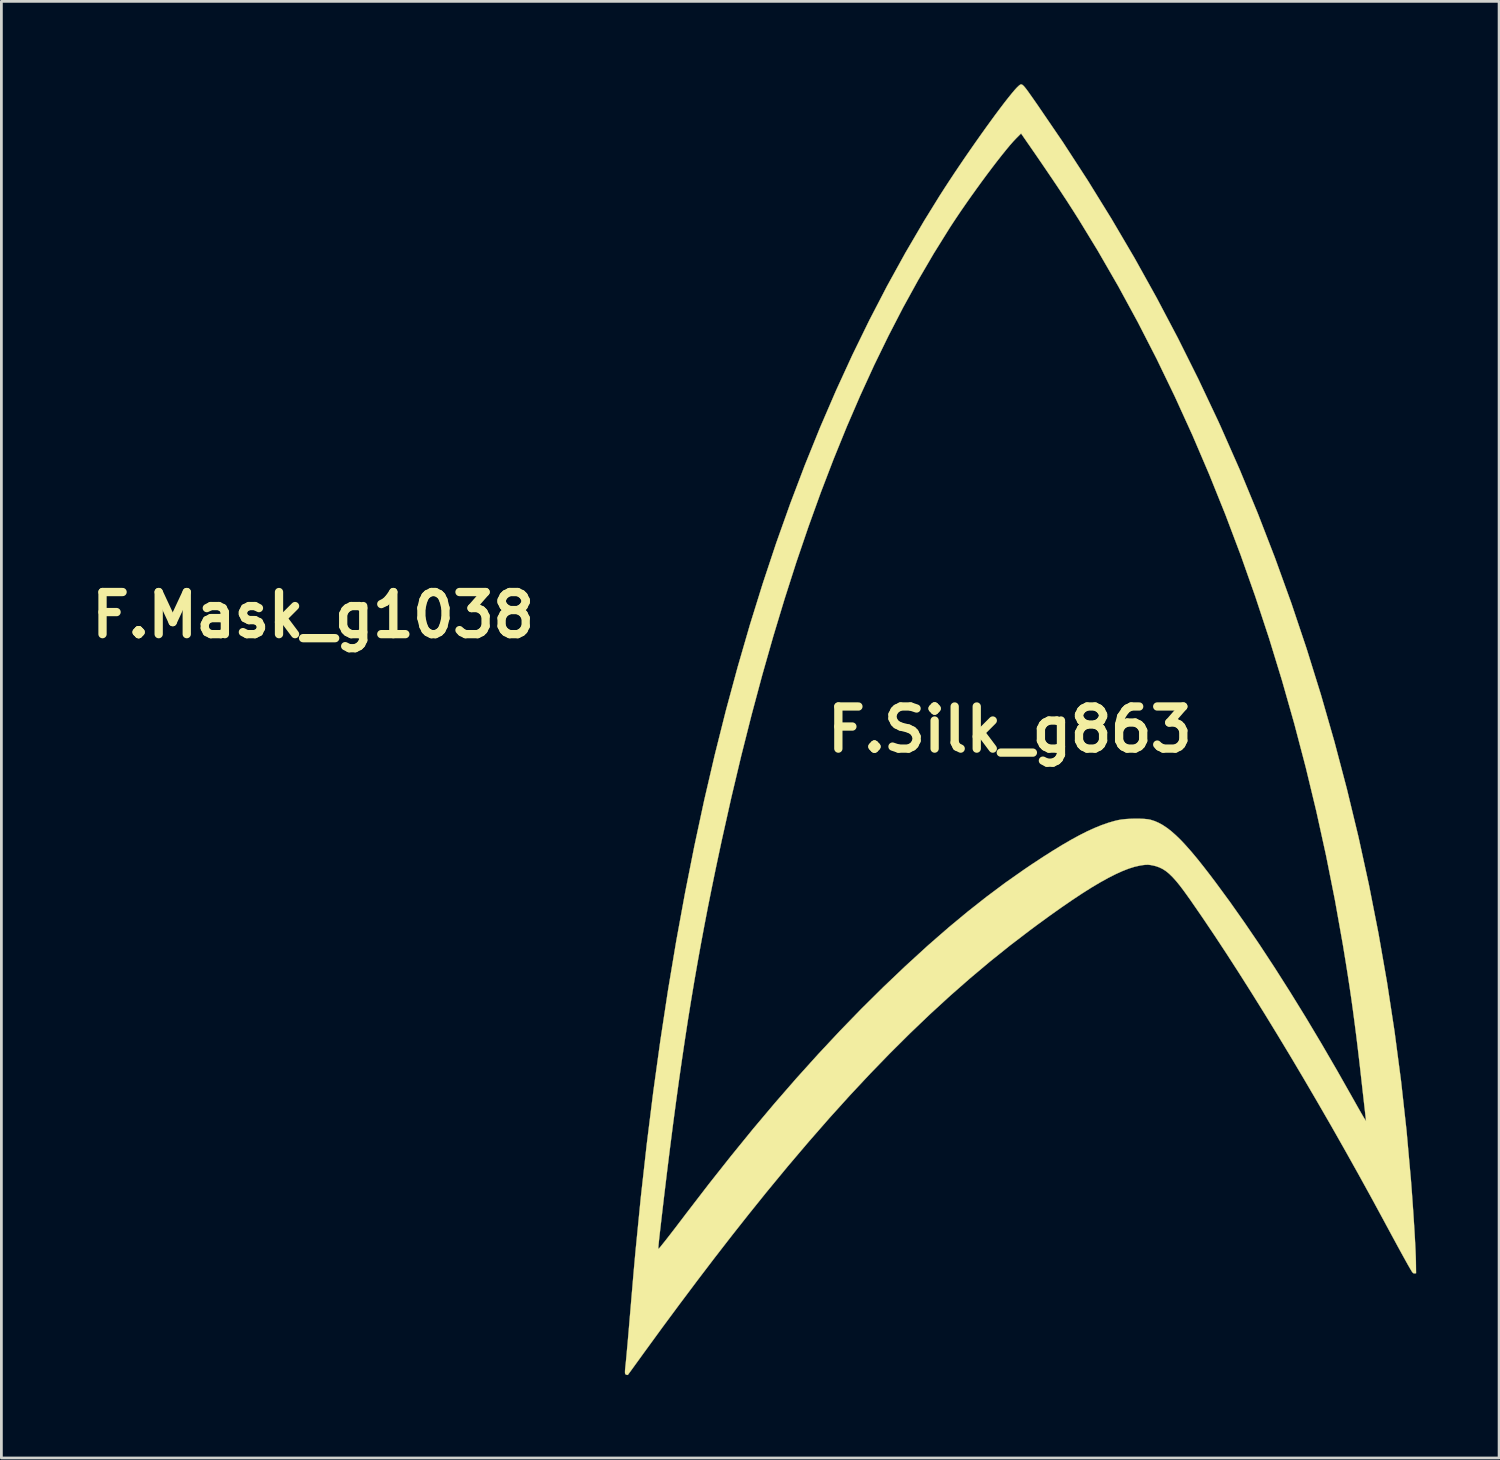
<source format=kicad_pcb>
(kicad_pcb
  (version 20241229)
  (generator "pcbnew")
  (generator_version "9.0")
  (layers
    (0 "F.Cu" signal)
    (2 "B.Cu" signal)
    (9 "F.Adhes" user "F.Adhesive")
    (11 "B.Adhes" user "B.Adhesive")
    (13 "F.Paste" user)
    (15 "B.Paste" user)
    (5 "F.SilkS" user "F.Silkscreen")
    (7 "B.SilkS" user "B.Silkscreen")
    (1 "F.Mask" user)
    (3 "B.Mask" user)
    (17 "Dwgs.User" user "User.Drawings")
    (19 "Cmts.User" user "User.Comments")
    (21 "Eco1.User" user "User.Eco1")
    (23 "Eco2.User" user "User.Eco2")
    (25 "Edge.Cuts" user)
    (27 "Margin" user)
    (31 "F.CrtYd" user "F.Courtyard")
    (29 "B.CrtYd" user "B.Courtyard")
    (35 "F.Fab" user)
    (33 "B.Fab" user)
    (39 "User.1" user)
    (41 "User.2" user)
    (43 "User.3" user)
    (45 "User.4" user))
  (footprint "F.Silk_g863"
    (layer "F.Cu")
    (at 33.492 23.35)
    (property "Reference" "F.Silk_g863" (at 0 0 0) (layer "F.SilkS") (effects (font (size 1.524 1.524) (thickness 0.3))))
    (attr through_hole)
    (fp_poly (pts (xy 0.429 -23.343) (xy 0.46 -23.327) (xy 0.498 -23.293) (xy 0.545 -23.24) (xy 0.604 -23.165) (xy 0.677 -23.065) (xy 0.768 -22.937) (xy 0.878 -22.78) (xy 0.985 -22.627) (xy 1.921 -21.255) (xy 2.819 -19.872) (xy 3.682 -18.476) (xy 4.513 -17.062) (xy 5.311 -15.627) (xy 6.081 -14.167) (xy 6.823 -12.679) (xy 7.541 -11.16) (xy 7.63 -10.964) (xy 8.318 -9.406) (xy 8.973 -7.822) (xy 9.595 -6.213) (xy 10.184 -4.582) (xy 10.739 -2.928) (xy 11.26 -1.254) (xy 11.746 0.439) (xy 12.197 2.15) (xy 12.614 3.877) (xy 12.995 5.62) (xy 13.34 7.376) (xy 13.649 9.144) (xy 13.921 10.923) (xy 14.156 12.712) (xy 14.355 14.509) (xy 14.516 16.314) (xy 14.53 16.499) (xy 14.555 16.832) (xy 14.578 17.162) (xy 14.601 17.486) (xy 14.621 17.799) (xy 14.64 18.097) (xy 14.656 18.376) (xy 14.67 18.632) (xy 14.681 18.86) (xy 14.689 19.056) (xy 14.694 19.216) (xy 14.695 19.272) (xy 14.7 19.674) (xy 14.647 19.68) (xy 14.609 19.676) (xy 14.575 19.649) (xy 14.538 19.596) (xy 14.489 19.513) (xy 14.42 19.394) (xy 14.332 19.237) (xy 14.226 19.045) (xy 14.101 18.818) (xy 13.958 18.555) (xy 13.797 18.258) (xy 13.618 17.927) (xy 13.568 17.833) (xy 13.095 16.961) (xy 12.616 16.092) (xy 12.132 15.227) (xy 11.646 14.37) (xy 11.158 13.524) (xy 10.67 12.69) (xy 10.185 11.872) (xy 9.702 11.072) (xy 9.225 10.292) (xy 8.754 9.536) (xy 8.291 8.805) (xy 7.838 8.103) (xy 7.396 7.432) (xy 6.966 6.794) (xy 6.551 6.192) (xy 6.491 6.107) (xy 6.318 5.866) (xy 6.163 5.659) (xy 6.021 5.485) (xy 5.89 5.339) (xy 5.767 5.219) (xy 5.649 5.123) (xy 5.532 5.047) (xy 5.413 4.989) (xy 5.29 4.945) (xy 5.189 4.92) (xy 5.089 4.901) (xy 5.002 4.892) (xy 4.914 4.894) (xy 4.812 4.905) (xy 4.707 4.922) (xy 4.515 4.965) (xy 4.305 5.031) (xy 4.077 5.12) (xy 3.828 5.233) (xy 3.558 5.37) (xy 3.266 5.532) (xy 2.95 5.72) (xy 2.61 5.935) (xy 2.245 6.177) (xy 1.854 6.446) (xy 1.435 6.743) (xy 0.988 7.069) (xy 0.73 7.261) (xy 0.002 7.817) (xy -0.722 8.398) (xy -1.444 9.005) (xy -2.165 9.638) (xy -2.886 10.299) (xy -3.608 10.989) (xy -4.333 11.71) (xy -5.062 12.462) (xy -5.796 13.247) (xy -6.537 14.067) (xy -7.285 14.923) (xy -8.043 15.815) (xy -8.81 16.745) (xy -9.464 17.558) (xy -10.063 18.317) (xy -10.678 19.11) (xy -11.305 19.933) (xy -11.942 20.782) (xy -12.586 21.652) (xy -13.232 22.539) (xy -13.334 22.68) (xy -13.44 22.827) (xy -13.539 22.963) (xy -13.627 23.085) (xy -13.702 23.188) (xy -13.761 23.269) (xy -13.801 23.324) (xy -13.819 23.349) (xy -13.82 23.35) (xy -13.847 23.354) (xy -13.88 23.345) (xy -13.901 23.335) (xy -13.915 23.319) (xy -13.924 23.292) (xy -13.926 23.247) (xy -13.923 23.178) (xy -13.914 23.08) (xy -13.9 22.947) (xy -13.897 22.92) (xy -13.89 22.852) (xy -13.88 22.745) (xy -13.867 22.605) (xy -13.852 22.435) (xy -13.834 22.24) (xy -13.815 22.023) (xy -13.795 21.789) (xy -13.774 21.542) (xy -13.753 21.286) (xy -13.737 21.103) (xy -13.714 20.83) (xy -13.691 20.551) (xy -13.667 20.273) (xy -13.644 20.001) (xy -13.622 19.741) (xy -13.601 19.499) (xy -13.581 19.28) (xy -13.564 19.089) (xy -13.55 18.933) (xy -13.545 18.881) (xy -13.534 18.766) (xy -12.719 18.766) (xy -12.718 18.787) (xy -12.714 18.795) (xy -12.712 18.796) (xy -12.697 18.78) (xy -12.66 18.737) (xy -12.605 18.67) (xy -12.538 18.586) (xy -12.473 18.505) (xy -12.408 18.422) (xy -12.321 18.311) (xy -12.219 18.178) (xy -12.103 18.028) (xy -11.98 17.866) (xy -11.853 17.7) (xy -11.727 17.533) (xy -11.705 17.505) (xy -10.895 16.451) (xy -10.093 15.437) (xy -9.298 14.46) (xy -8.507 13.521) (xy -7.72 12.617) (xy -6.934 11.746) (xy -6.15 10.907) (xy -5.365 10.098) (xy -4.577 9.319) (xy -3.786 8.566) (xy -2.991 7.839) (xy -2.91 7.767) (xy -2.213 7.16) (xy -1.525 6.589) (xy -0.844 6.052) (xy -0.164 5.544) (xy 0.519 5.064) (xy 0.804 4.871) (xy 1.204 4.608) (xy 1.574 4.373) (xy 1.918 4.163) (xy 2.238 3.978) (xy 2.536 3.816) (xy 2.816 3.675) (xy 3.08 3.556) (xy 3.329 3.455) (xy 3.568 3.372) (xy 3.797 3.306) (xy 3.92 3.277) (xy 4.045 3.255) (xy 4.196 3.239) (xy 4.363 3.229) (xy 4.536 3.224) (xy 4.705 3.226) (xy 4.862 3.233) (xy 4.997 3.246) (xy 5.099 3.266) (xy 5.101 3.267) (xy 5.247 3.314) (xy 5.392 3.378) (xy 5.54 3.46) (xy 5.691 3.561) (xy 5.848 3.683) (xy 6.012 3.828) (xy 6.186 3.997) (xy 6.37 4.194) (xy 6.568 4.418) (xy 6.78 4.672) (xy 7.008 4.958) (xy 7.255 5.277) (xy 7.45 5.535) (xy 7.974 6.249) (xy 8.505 7.003) (xy 9.045 7.797) (xy 9.592 8.631) (xy 10.146 9.503) (xy 10.707 10.412) (xy 11.273 11.359) (xy 11.845 12.343) (xy 12.419 13.356) (xy 12.504 13.507) (xy 12.585 13.651) (xy 12.66 13.783) (xy 12.725 13.896) (xy 12.777 13.986) (xy 12.814 14.047) (xy 12.825 14.065) (xy 12.893 14.171) (xy 12.881 14.076) (xy 12.877 14.038) (xy 12.868 13.963) (xy 12.856 13.853) (xy 12.84 13.712) (xy 12.821 13.545) (xy 12.8 13.356) (xy 12.776 13.147) (xy 12.751 12.924) (xy 12.725 12.69) (xy 12.72 12.648) (xy 12.658 12.095) (xy 12.597 11.578) (xy 12.538 11.091) (xy 12.478 10.626) (xy 12.419 10.178) (xy 12.358 9.739) (xy 12.294 9.304) (xy 12.227 8.866) (xy 12.156 8.419) (xy 12.08 7.955) (xy 12.055 7.8) (xy 11.765 6.171) (xy 11.443 4.554) (xy 11.09 2.95) (xy 10.707 1.361) (xy 10.294 -0.212) (xy 9.852 -1.768) (xy 9.381 -3.305) (xy 8.881 -4.821) (xy 8.353 -6.316) (xy 7.798 -7.787) (xy 7.215 -9.234) (xy 6.607 -10.655) (xy 5.972 -12.049) (xy 5.313 -13.414) (xy 4.628 -14.749) (xy 3.919 -16.052) (xy 3.186 -17.323) (xy 2.509 -18.433) (xy 2.362 -18.666) (xy 2.214 -18.898) (xy 2.064 -19.131) (xy 1.907 -19.369) (xy 1.743 -19.618) (xy 1.567 -19.88) (xy 1.378 -20.159) (xy 1.173 -20.46) (xy 0.949 -20.787) (xy 0.703 -21.143) (xy 0.638 -21.236) (xy 0.407 -21.571) (xy 0.235 -21.399) (xy 0.13 -21.288) (xy 0.005 -21.146) (xy -0.137 -20.975) (xy -0.295 -20.779) (xy -0.466 -20.561) (xy -0.646 -20.326) (xy -0.834 -20.076) (xy -1.026 -19.816) (xy -1.22 -19.548) (xy -1.414 -19.277) (xy -1.604 -19.006) (xy -1.789 -18.738) (xy -1.965 -18.476) (xy -2.13 -18.226) (xy -2.186 -18.139) (xy -2.759 -17.218) (xy -3.318 -16.262) (xy -3.863 -15.272) (xy -4.393 -14.246) (xy -4.91 -13.185) (xy -5.413 -12.087) (xy -5.903 -10.953) (xy -6.379 -9.783) (xy -6.842 -8.575) (xy -7.291 -7.33) (xy -7.728 -6.048) (xy -8.151 -4.727) (xy -8.562 -3.368) (xy -8.96 -1.971) (xy -9.345 -0.534) (xy -9.718 0.942) (xy -10.078 2.457) (xy -10.426 4.013) (xy -10.647 5.051) (xy -10.788 5.738) (xy -10.924 6.416) (xy -11.054 7.091) (xy -11.18 7.765) (xy -11.302 8.442) (xy -11.421 9.123) (xy -11.536 9.813) (xy -11.649 10.514) (xy -11.759 11.23) (xy -11.868 11.964) (xy -11.976 12.719) (xy -12.083 13.497) (xy -12.19 14.302) (xy -12.297 15.138) (xy -12.405 16.007) (xy -12.514 16.912) (xy -12.615 17.776) (xy -12.642 18.011) (xy -12.665 18.208) (xy -12.683 18.37) (xy -12.697 18.5) (xy -12.707 18.601) (xy -12.714 18.677) (xy -12.718 18.731) (xy -12.719 18.766) (xy -13.534 18.766) (xy -13.352 16.92) (xy -13.137 14.996) (xy -12.902 13.109) (xy -12.646 11.258) (xy -12.37 9.443) (xy -12.073 7.665) (xy -11.754 5.922) (xy -11.415 4.215) (xy -11.056 2.544) (xy -10.675 0.907) (xy -10.273 -0.694) (xy -9.849 -2.26) (xy -9.405 -3.791) (xy -8.939 -5.288) (xy -8.453 -6.751) (xy -7.944 -8.18) (xy -7.415 -9.574) (xy -6.864 -10.935) (xy -6.291 -12.262) (xy -5.697 -13.556) (xy -5.081 -14.817) (xy -4.444 -16.045) (xy -3.785 -17.24) (xy -3.104 -18.403) (xy -2.54 -19.315) (xy -2.373 -19.575) (xy -2.197 -19.845) (xy -2.014 -20.122) (xy -1.825 -20.403) (xy -1.633 -20.686) (xy -1.439 -20.967) (xy -1.245 -21.245) (xy -1.053 -21.517) (xy -0.866 -21.779) (xy -0.684 -22.03) (xy -0.511 -22.267) (xy -0.347 -22.486) (xy -0.195 -22.686) (xy -0.056 -22.863) (xy 0.067 -23.015) (xy 0.172 -23.14) (xy 0.258 -23.234) (xy 0.319 -23.292) (xy 0.349 -23.317) (xy 0.376 -23.336) (xy 0.401 -23.345) (xy 0.429 -23.343)) (stroke (width 0.01) (type solid)) (fill yes) (layer "F.SilkS")))
  (footprint "F.Mask_g1038"
    (layer "F.Cu")
    (at 8.28 19.208)
    (property "Reference" "F.Mask_g1038" (at 0 0 0) (layer "F.SilkS") (effects (font (size 1.524 1.524) (thickness 0.3))))
    (attr through_hole)
    (fp_poly (pts (xy 0.317 -19.187) (xy 0.326 -19.131) (xy 0.338 -19.034) (xy 0.355 -18.899) (xy 0.376 -18.727) (xy 0.401 -18.519) (xy 0.43 -18.276) (xy 0.462 -18) (xy 0.499 -17.692) (xy 0.538 -17.352) (xy 0.581 -16.982) (xy 0.627 -16.584) (xy 0.676 -16.159) (xy 0.728 -15.707) (xy 0.783 -15.23) (xy 0.841 -14.73) (xy 0.9 -14.206) (xy 0.962 -13.662) (xy 1.027 -13.098) (xy 1.093 -12.514) (xy 1.152 -11.996) (xy 1.214 -11.446) (xy 1.275 -10.906) (xy 1.335 -10.379) (xy 1.394 -9.866) (xy 1.45 -9.368) (xy 1.505 -8.887) (xy 1.557 -8.424) (xy 1.608 -7.982) (xy 1.656 -7.561) (xy 1.701 -7.162) (xy 1.744 -6.789) (xy 1.783 -6.441) (xy 1.82 -6.12) (xy 1.853 -5.829) (xy 1.883 -5.568) (xy 1.91 -5.34) (xy 1.932 -5.145) (xy 1.95 -4.985) (xy 1.965 -4.861) (xy 1.975 -4.776) (xy 1.98 -4.731) (xy 1.982 -4.723) (xy 1.988 -4.721) (xy 2.006 -4.716) (xy 2.037 -4.707) (xy 2.083 -4.696) (xy 2.146 -4.68) (xy 2.227 -4.66) (xy 2.328 -4.635) (xy 2.449 -4.606) (xy 2.594 -4.571) (xy 2.763 -4.53) (xy 2.959 -4.483) (xy 3.182 -4.429) (xy 3.434 -4.368) (xy 3.717 -4.3) (xy 4.032 -4.224) (xy 4.381 -4.14) (xy 4.766 -4.048) (xy 5.188 -3.947) (xy 5.649 -3.836) (xy 5.91 -3.773) (xy 6.127 -3.721) (xy 6.319 -3.673) (xy 6.485 -3.631) (xy 6.621 -3.596) (xy 6.725 -3.567) (xy 6.794 -3.546) (xy 6.826 -3.533) (xy 6.827 -3.53) (xy 6.803 -3.521) (xy 6.742 -3.5) (xy 6.646 -3.467) (xy 6.518 -3.423) (xy 6.361 -3.37) (xy 6.177 -3.308) (xy 5.97 -3.238) (xy 5.741 -3.161) (xy 5.494 -3.078) (xy 5.232 -2.99) (xy 4.957 -2.897) (xy 4.769 -2.835) (xy 4.483 -2.739) (xy 4.205 -2.646) (xy 3.939 -2.557) (xy 3.687 -2.472) (xy 3.453 -2.394) (xy 3.239 -2.322) (xy 3.049 -2.259) (xy 2.885 -2.204) (xy 2.75 -2.159) (xy 2.648 -2.125) (xy 2.582 -2.102) (xy 2.561 -2.095) (xy 2.472 -2.064) (xy 2.418 -2.039) (xy 2.391 -2.017) (xy 2.386 -1.996) (xy 2.39 -1.97) (xy 2.399 -1.905) (xy 2.413 -1.804) (xy 2.431 -1.671) (xy 2.454 -1.509) (xy 2.48 -1.321) (xy 2.509 -1.111) (xy 2.541 -0.882) (xy 2.575 -0.636) (xy 2.611 -0.377) (xy 2.625 -0.278) (xy 2.662 -0.016) (xy 2.696 0.233) (xy 2.728 0.467) (xy 2.757 0.682) (xy 2.784 0.875) (xy 2.806 1.044) (xy 2.825 1.184) (xy 2.839 1.294) (xy 2.848 1.369) (xy 2.852 1.406) (xy 2.852 1.41) (xy 2.837 1.395) (xy 2.798 1.35) (xy 2.735 1.277) (xy 2.65 1.178) (xy 2.546 1.055) (xy 2.424 0.911) (xy 2.286 0.747) (xy 2.134 0.566) (xy 1.97 0.371) (xy 1.795 0.163) (xy 1.612 -0.056) (xy 1.535 -0.148) (xy 1.349 -0.37) (xy 1.171 -0.583) (xy 1.002 -0.784) (xy 0.844 -0.971) (xy 0.699 -1.141) (xy 0.569 -1.294) (xy 0.457 -1.425) (xy 0.363 -1.534) (xy 0.29 -1.617) (xy 0.239 -1.674) (xy 0.213 -1.701) (xy 0.21 -1.703) (xy 0.195 -1.685) (xy 0.155 -1.636) (xy 0.094 -1.559) (xy 0.011 -1.455) (xy -0.089 -1.327) (xy -0.207 -1.178) (xy -0.34 -1.009) (xy -0.485 -0.823) (xy -0.642 -0.623) (xy -0.808 -0.411) (xy -0.982 -0.189) (xy -1.002 -0.164) (xy -1.177 0.06) (xy -1.345 0.276) (xy -1.504 0.48) (xy -1.653 0.67) (xy -1.79 0.845) (xy -1.912 1) (xy -2.017 1.135) (xy -2.104 1.247) (xy -2.171 1.332) (xy -2.216 1.389) (xy -2.237 1.416) (xy -2.238 1.417) (xy -2.28 1.468) (xy -2.272 1.406) (xy -2.26 1.309) (xy -2.244 1.182) (xy -2.226 1.028) (xy -2.206 0.851) (xy -2.184 0.655) (xy -2.16 0.443) (xy -2.135 0.22) (xy -2.11 -0.012) (xy -2.084 -0.247) (xy -2.059 -0.483) (xy -2.034 -0.716) (xy -2.01 -0.941) (xy -1.987 -1.155) (xy -1.966 -1.355) (xy -1.947 -1.536) (xy -1.931 -1.695) (xy -1.918 -1.828) (xy -1.908 -1.932) (xy -1.902 -2.001) (xy -1.9 -2.034) (xy -1.9 -2.036) (xy -1.922 -2.044) (xy -1.981 -2.066) (xy -2.075 -2.099) (xy -2.202 -2.143) (xy -2.358 -2.197) (xy -2.541 -2.26) (xy -2.748 -2.332) (xy -2.977 -2.41) (xy -3.226 -2.495) (xy -3.491 -2.586) (xy -3.77 -2.681) (xy -4.06 -2.78) (xy -4.075 -2.785) (xy -4.365 -2.884) (xy -4.645 -2.979) (xy -4.911 -3.07) (xy -5.16 -3.155) (xy -5.39 -3.234) (xy -5.599 -3.306) (xy -5.783 -3.369) (xy -5.941 -3.424) (xy -6.068 -3.468) (xy -6.164 -3.502) (xy -6.225 -3.524) (xy -6.249 -3.533) (xy -6.249 -3.533) (xy -6.231 -3.54) (xy -6.174 -3.556) (xy -6.082 -3.581) (xy -5.956 -3.615) (xy -5.799 -3.655) (xy -5.614 -3.703) (xy -5.403 -3.757) (xy -5.169 -3.817) (xy -4.914 -3.882) (xy -4.642 -3.951) (xy -4.353 -4.023) (xy -4.052 -4.099) (xy -3.935 -4.128) (xy -3.629 -4.204) (xy -3.334 -4.278) (xy -3.054 -4.348) (xy -2.79 -4.415) (xy -2.545 -4.476) (xy -2.323 -4.532) (xy -2.125 -4.582) (xy -1.954 -4.626) (xy -1.813 -4.662) (xy -1.704 -4.69) (xy -1.63 -4.709) (xy -1.593 -4.719) (xy -1.59 -4.72) (xy -1.586 -4.742) (xy -1.577 -4.804) (xy -1.563 -4.905) (xy -1.544 -5.043) (xy -1.52 -5.217) (xy -1.492 -5.426) (xy -1.46 -5.668) (xy -1.423 -5.94) (xy -1.383 -6.243) (xy -1.339 -6.574) (xy -1.292 -6.932) (xy -1.242 -7.315) (xy -1.188 -7.722) (xy -1.132 -8.151) (xy -1.073 -8.601) (xy -1.011 -9.069) (xy -0.948 -9.556) (xy -0.882 -10.059) (xy -0.815 -10.576) (xy -0.745 -11.107) (xy -0.675 -11.649) (xy -0.637 -11.938) (xy -0.566 -12.486) (xy -0.496 -13.024) (xy -0.428 -13.549) (xy -0.361 -14.061) (xy -0.296 -14.558) (xy -0.234 -15.038) (xy -0.173 -15.5) (xy -0.116 -15.942) (xy -0.061 -16.363) (xy -0.009 -16.761) (xy 0.04 -17.134) (xy 0.086 -17.482) (xy 0.128 -17.803) (xy 0.166 -18.094) (xy 0.201 -18.355) (xy 0.231 -18.584) (xy 0.257 -18.78) (xy 0.278 -18.94) (xy 0.295 -19.064) (xy 0.306 -19.15) (xy 0.313 -19.196) (xy 0.314 -19.203) (xy 0.317 -19.187)) (stroke (width 0.01) (type solid)) (fill yes) (layer "F.Mask")))
  (gr_rect
    (start -3 -3)
    (end 51.197 49.709)
    (stroke (width 0.1) (type default))
    (fill no)
    (layer "Edge.Cuts")))
</source>
